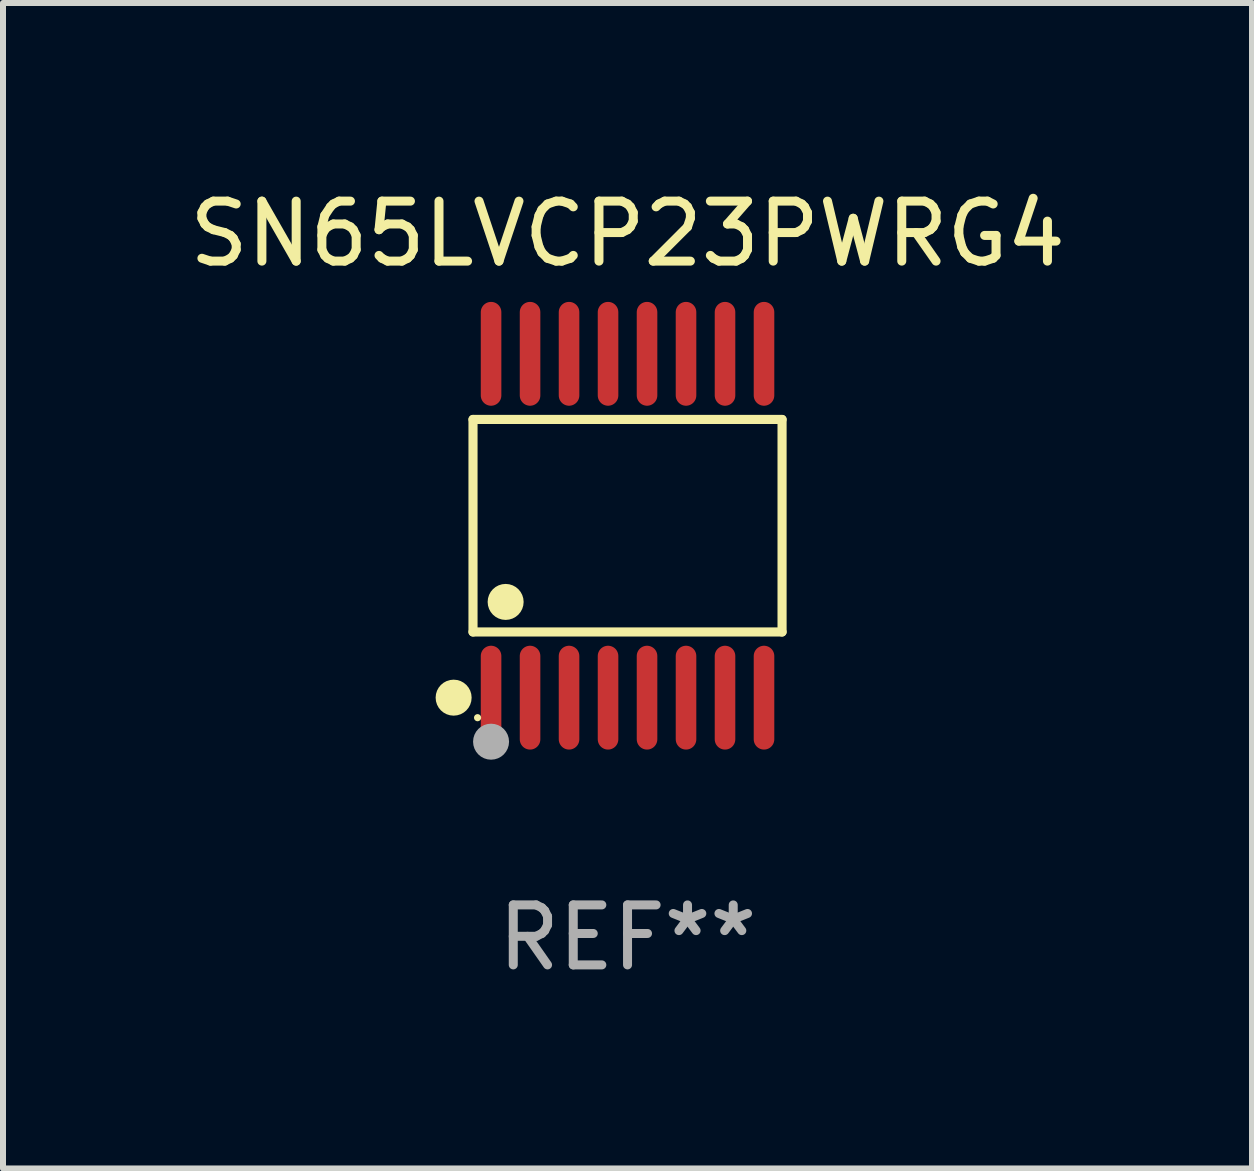
<source format=kicad_pcb>
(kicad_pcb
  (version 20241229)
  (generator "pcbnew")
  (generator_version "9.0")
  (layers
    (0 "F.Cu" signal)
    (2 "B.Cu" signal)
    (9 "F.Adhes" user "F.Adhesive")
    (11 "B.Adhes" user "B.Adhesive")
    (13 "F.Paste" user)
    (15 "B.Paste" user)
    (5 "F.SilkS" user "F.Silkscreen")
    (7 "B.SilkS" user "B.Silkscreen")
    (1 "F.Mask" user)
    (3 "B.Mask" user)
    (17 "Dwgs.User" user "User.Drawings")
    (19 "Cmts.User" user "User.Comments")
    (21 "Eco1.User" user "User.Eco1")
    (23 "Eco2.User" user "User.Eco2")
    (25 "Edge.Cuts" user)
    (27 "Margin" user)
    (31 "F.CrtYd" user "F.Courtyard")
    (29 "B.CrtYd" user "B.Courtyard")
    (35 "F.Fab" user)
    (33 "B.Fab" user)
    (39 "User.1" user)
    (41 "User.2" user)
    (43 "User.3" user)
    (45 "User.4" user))
  (footprint "SN65LVCP23PWRG4"
    (layer "F.Cu")
    (at 7.411 5.714)
    (property "Reference" "SN65LVCP23PWRG4" (at 0 -4.866 0) (layer "F.SilkS") (effects (font (size 1 1) (thickness 0.15))))
    (attr through_hole)
    (fp_line (start -2.576 -1.772) (end 2.576 -1.772) (stroke (width 0.152) (type solid)) (layer "F.SilkS"))
    (fp_line (start -2.576 1.771) (end -2.576 -1.772) (stroke (width 0.152) (type solid)) (layer "F.SilkS"))
    (fp_line (start 2.576 -1.772) (end 2.576 1.771) (stroke (width 0.152) (type solid)) (layer "F.SilkS"))
    (fp_line (start 2.576 1.771) (end -2.576 1.771) (stroke (width 0.152) (type solid)) (layer "F.SilkS"))
    (fp_circle (center -2.899 2.866) (end -2.749 2.866) (stroke (width 0.3) (type solid)) (fill no) (layer "F.SilkS"))
    (fp_circle (center -2.5 3.2) (end -2.47 3.2) (stroke (width 0.06) (type solid)) (fill no) (layer "F.SilkS"))
    (fp_circle (center -2.032 1.27) (end -1.882 1.27) (stroke (width 0.3) (type solid)) (fill no) (layer "F.SilkS"))
    (fp_circle (center -2.275 3.6) (end -2.125 3.6) (stroke (width 0.3) (type solid)) (fill no) (layer "F.Fab"))
    (fp_text user "REF**" (at 0 6.866 0) (layer "F.Fab") (effects (font (size 1 1) (thickness 0.15))))
    (pad "1" smd oval (at -2.275 2.866) (size 0.343 1.731) (layers "F.Cu" "F.Mask" "F.Paste"))
    (pad "2" smd oval (at -1.625 2.866) (size 0.343 1.731) (layers "F.Cu" "F.Mask" "F.Paste"))
    (pad "3" smd oval (at -0.975 2.866) (size 0.343 1.731) (layers "F.Cu" "F.Mask" "F.Paste"))
    (pad "4" smd oval (at -0.325 2.866) (size 0.343 1.731) (layers "F.Cu" "F.Mask" "F.Paste"))
    (pad "5" smd oval (at 0.325 2.866) (size 0.343 1.731) (layers "F.Cu" "F.Mask" "F.Paste"))
    (pad "6" smd oval (at 0.975 2.866) (size 0.343 1.731) (layers "F.Cu" "F.Mask" "F.Paste"))
    (pad "7" smd oval (at 1.625 2.866) (size 0.343 1.731) (layers "F.Cu" "F.Mask" "F.Paste"))
    (pad "8" smd oval (at 2.275 2.866) (size 0.343 1.731) (layers "F.Cu" "F.Mask" "F.Paste"))
    (pad "9" smd oval (at 2.275 -2.866) (size 0.343 1.731) (layers "F.Cu" "F.Mask" "F.Paste"))
    (pad "10" smd oval (at 1.625 -2.866) (size 0.343 1.731) (layers "F.Cu" "F.Mask" "F.Paste"))
    (pad "11" smd oval (at 0.975 -2.866) (size 0.343 1.731) (layers "F.Cu" "F.Mask" "F.Paste"))
    (pad "12" smd oval (at 0.325 -2.866) (size 0.343 1.731) (layers "F.Cu" "F.Mask" "F.Paste"))
    (pad "13" smd oval (at -0.325 -2.866) (size 0.343 1.731) (layers "F.Cu" "F.Mask" "F.Paste"))
    (pad "14" smd oval (at -0.975 -2.866) (size 0.343 1.731) (layers "F.Cu" "F.Mask" "F.Paste"))
    (pad "15" smd oval (at -1.625 -2.866) (size 0.343 1.731) (layers "F.Cu" "F.Mask" "F.Paste"))
    (pad "16" smd oval (at -2.275 -2.866) (size 0.343 1.731) (layers "F.Cu" "F.Mask" "F.Paste")))
  (gr_rect
    (start -3 -3)
    (end 17.821 16.428)
    (stroke (width 0.1) (type default))
    (fill no)
    (layer "Edge.Cuts")))
</source>
